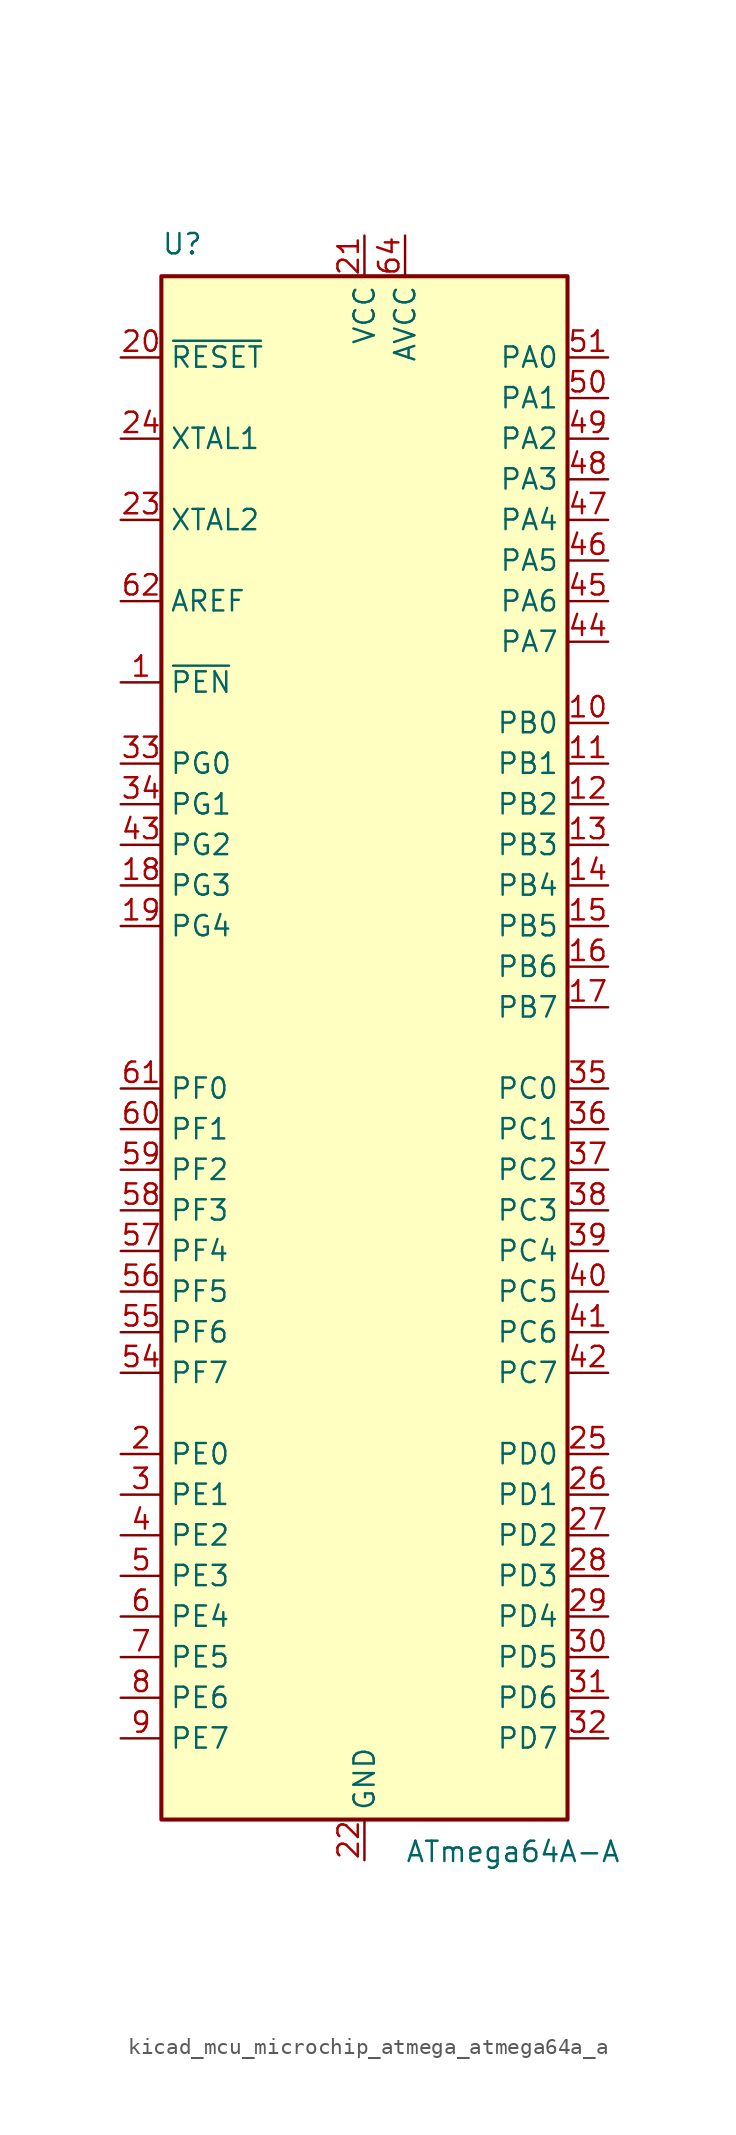
<source format=kicad_sym>
(kicad_symbol_lib
  (version 20220914)
  (generator kicad_symbol_editor)
  (symbol "kicad_mcu_microchip_atmega_atmega64a_a"
    (property "Reference" "U"
      (at -12.7 49.53 0)
      (effects (font (size 1.27 1.27)) (justify left bottom)))
    (property "Value" "ATmega64A-A"
      (at 2.54 -49.53 0)
      (effects (font (size 1.27 1.27)) (justify left top)))
    (symbol "kicad_mcu_microchip_atmega_atmega64a_a_0_1"
      (rectangle (start -12.7 -48.26) (end 12.7 48.26) (stroke (width 0.254) (type default)) (fill (type background))))
    (symbol "kicad_mcu_microchip_atmega_atmega64a_a_1_1"
      (pin input line (at -15.24 22.86 0) (length 2.54) (name "~{PEN}" (effects (font (size 1.27 1.27)))) (number "1" (effects (font (size 1.27 1.27)))))
      (pin bidirectional line (at 15.24 20.32 180) (length 2.54) (name "PB0" (effects (font (size 1.27 1.27)))) (number "10" (effects (font (size 1.27 1.27)))))
      (pin bidirectional line (at 15.24 17.78 180) (length 2.54) (name "PB1" (effects (font (size 1.27 1.27)))) (number "11" (effects (font (size 1.27 1.27)))))
      (pin bidirectional line (at 15.24 15.24 180) (length 2.54) (name "PB2" (effects (font (size 1.27 1.27)))) (number "12" (effects (font (size 1.27 1.27)))))
      (pin bidirectional line (at 15.24 12.7 180) (length 2.54) (name "PB3" (effects (font (size 1.27 1.27)))) (number "13" (effects (font (size 1.27 1.27)))))
      (pin bidirectional line (at 15.24 10.16 180) (length 2.54) (name "PB4" (effects (font (size 1.27 1.27)))) (number "14" (effects (font (size 1.27 1.27)))))
      (pin bidirectional line (at 15.24 7.62 180) (length 2.54) (name "PB5" (effects (font (size 1.27 1.27)))) (number "15" (effects (font (size 1.27 1.27)))))
      (pin bidirectional line (at 15.24 5.08 180) (length 2.54) (name "PB6" (effects (font (size 1.27 1.27)))) (number "16" (effects (font (size 1.27 1.27)))))
      (pin bidirectional line (at 15.24 2.54 180) (length 2.54) (name "PB7" (effects (font (size 1.27 1.27)))) (number "17" (effects (font (size 1.27 1.27)))))
      (pin bidirectional line (at -15.24 10.16 0) (length 2.54) (name "PG3" (effects (font (size 1.27 1.27)))) (number "18" (effects (font (size 1.27 1.27)))))
      (pin bidirectional line (at -15.24 7.62 0) (length 2.54) (name "PG4" (effects (font (size 1.27 1.27)))) (number "19" (effects (font (size 1.27 1.27)))))
      (pin bidirectional line (at -15.24 -25.4 0) (length 2.54) (name "PE0" (effects (font (size 1.27 1.27)))) (number "2" (effects (font (size 1.27 1.27)))))
      (pin input line (at -15.24 43.18 0) (length 2.54) (name "~{RESET}" (effects (font (size 1.27 1.27)))) (number "20" (effects (font (size 1.27 1.27)))))
      (pin power_in line (at 0 50.8 270) (length 2.54) (name "VCC" (effects (font (size 1.27 1.27)))) (number "21" (effects (font (size 1.27 1.27)))))
      (pin power_in line (at 0 -50.8 90) (length 2.54) (name "GND" (effects (font (size 1.27 1.27)))) (number "22" (effects (font (size 1.27 1.27)))))
      (pin output line (at -15.24 33.02 0) (length 2.54) (name "XTAL2" (effects (font (size 1.27 1.27)))) (number "23" (effects (font (size 1.27 1.27)))))
      (pin input line (at -15.24 38.1 0) (length 2.54) (name "XTAL1" (effects (font (size 1.27 1.27)))) (number "24" (effects (font (size 1.27 1.27)))))
      (pin bidirectional line (at 15.24 -25.4 180) (length 2.54) (name "PD0" (effects (font (size 1.27 1.27)))) (number "25" (effects (font (size 1.27 1.27)))))
      (pin bidirectional line (at 15.24 -27.94 180) (length 2.54) (name "PD1" (effects (font (size 1.27 1.27)))) (number "26" (effects (font (size 1.27 1.27)))))
      (pin bidirectional line (at 15.24 -30.48 180) (length 2.54) (name "PD2" (effects (font (size 1.27 1.27)))) (number "27" (effects (font (size 1.27 1.27)))))
      (pin bidirectional line (at 15.24 -33.02 180) (length 2.54) (name "PD3" (effects (font (size 1.27 1.27)))) (number "28" (effects (font (size 1.27 1.27)))))
      (pin bidirectional line (at 15.24 -35.56 180) (length 2.54) (name "PD4" (effects (font (size 1.27 1.27)))) (number "29" (effects (font (size 1.27 1.27)))))
      (pin bidirectional line (at -15.24 -27.94 0) (length 2.54) (name "PE1" (effects (font (size 1.27 1.27)))) (number "3" (effects (font (size 1.27 1.27)))))
      (pin bidirectional line (at 15.24 -38.1 180) (length 2.54) (name "PD5" (effects (font (size 1.27 1.27)))) (number "30" (effects (font (size 1.27 1.27)))))
      (pin bidirectional line (at 15.24 -40.64 180) (length 2.54) (name "PD6" (effects (font (size 1.27 1.27)))) (number "31" (effects (font (size 1.27 1.27)))))
      (pin bidirectional line (at 15.24 -43.18 180) (length 2.54) (name "PD7" (effects (font (size 1.27 1.27)))) (number "32" (effects (font (size 1.27 1.27)))))
      (pin bidirectional line (at -15.24 17.78 0) (length 2.54) (name "PG0" (effects (font (size 1.27 1.27)))) (number "33" (effects (font (size 1.27 1.27)))))
      (pin bidirectional line (at -15.24 15.24 0) (length 2.54) (name "PG1" (effects (font (size 1.27 1.27)))) (number "34" (effects (font (size 1.27 1.27)))))
      (pin bidirectional line (at 15.24 -2.54 180) (length 2.54) (name "PC0" (effects (font (size 1.27 1.27)))) (number "35" (effects (font (size 1.27 1.27)))))
      (pin bidirectional line (at 15.24 -5.08 180) (length 2.54) (name "PC1" (effects (font (size 1.27 1.27)))) (number "36" (effects (font (size 1.27 1.27)))))
      (pin bidirectional line (at 15.24 -7.62 180) (length 2.54) (name "PC2" (effects (font (size 1.27 1.27)))) (number "37" (effects (font (size 1.27 1.27)))))
      (pin bidirectional line (at 15.24 -10.16 180) (length 2.54) (name "PC3" (effects (font (size 1.27 1.27)))) (number "38" (effects (font (size 1.27 1.27)))))
      (pin bidirectional line (at 15.24 -12.7 180) (length 2.54) (name "PC4" (effects (font (size 1.27 1.27)))) (number "39" (effects (font (size 1.27 1.27)))))
      (pin bidirectional line (at -15.24 -30.48 0) (length 2.54) (name "PE2" (effects (font (size 1.27 1.27)))) (number "4" (effects (font (size 1.27 1.27)))))
      (pin bidirectional line (at 15.24 -15.24 180) (length 2.54) (name "PC5" (effects (font (size 1.27 1.27)))) (number "40" (effects (font (size 1.27 1.27)))))
      (pin bidirectional line (at 15.24 -17.78 180) (length 2.54) (name "PC6" (effects (font (size 1.27 1.27)))) (number "41" (effects (font (size 1.27 1.27)))))
      (pin bidirectional line (at 15.24 -20.32 180) (length 2.54) (name "PC7" (effects (font (size 1.27 1.27)))) (number "42" (effects (font (size 1.27 1.27)))))
      (pin bidirectional line (at -15.24 12.7 0) (length 2.54) (name "PG2" (effects (font (size 1.27 1.27)))) (number "43" (effects (font (size 1.27 1.27)))))
      (pin bidirectional line (at 15.24 25.4 180) (length 2.54) (name "PA7" (effects (font (size 1.27 1.27)))) (number "44" (effects (font (size 1.27 1.27)))))
      (pin bidirectional line (at 15.24 27.94 180) (length 2.54) (name "PA6" (effects (font (size 1.27 1.27)))) (number "45" (effects (font (size 1.27 1.27)))))
      (pin bidirectional line (at 15.24 30.48 180) (length 2.54) (name "PA5" (effects (font (size 1.27 1.27)))) (number "46" (effects (font (size 1.27 1.27)))))
      (pin bidirectional line (at 15.24 33.02 180) (length 2.54) (name "PA4" (effects (font (size 1.27 1.27)))) (number "47" (effects (font (size 1.27 1.27)))))
      (pin bidirectional line (at 15.24 35.56 180) (length 2.54) (name "PA3" (effects (font (size 1.27 1.27)))) (number "48" (effects (font (size 1.27 1.27)))))
      (pin bidirectional line (at 15.24 38.1 180) (length 2.54) (name "PA2" (effects (font (size 1.27 1.27)))) (number "49" (effects (font (size 1.27 1.27)))))
      (pin bidirectional line (at -15.24 -33.02 0) (length 2.54) (name "PE3" (effects (font (size 1.27 1.27)))) (number "5" (effects (font (size 1.27 1.27)))))
      (pin bidirectional line (at 15.24 40.64 180) (length 2.54) (name "PA1" (effects (font (size 1.27 1.27)))) (number "50" (effects (font (size 1.27 1.27)))))
      (pin bidirectional line (at 15.24 43.18 180) (length 2.54) (name "PA0" (effects (font (size 1.27 1.27)))) (number "51" (effects (font (size 1.27 1.27)))))
      (pin passive line (at 0 50.8 270) (length 2.54) hide (name "VCC" (effects (font (size 1.27 1.27)))) (number "52" (effects (font (size 1.27 1.27)))))
      (pin passive line (at 0 -50.8 90) (length 2.54) hide (name "GND" (effects (font (size 1.27 1.27)))) (number "53" (effects (font (size 1.27 1.27)))))
      (pin bidirectional line (at -15.24 -20.32 0) (length 2.54) (name "PF7" (effects (font (size 1.27 1.27)))) (number "54" (effects (font (size 1.27 1.27)))))
      (pin bidirectional line (at -15.24 -17.78 0) (length 2.54) (name "PF6" (effects (font (size 1.27 1.27)))) (number "55" (effects (font (size 1.27 1.27)))))
      (pin bidirectional line (at -15.24 -15.24 0) (length 2.54) (name "PF5" (effects (font (size 1.27 1.27)))) (number "56" (effects (font (size 1.27 1.27)))))
      (pin bidirectional line (at -15.24 -12.7 0) (length 2.54) (name "PF4" (effects (font (size 1.27 1.27)))) (number "57" (effects (font (size 1.27 1.27)))))
      (pin bidirectional line (at -15.24 -10.16 0) (length 2.54) (name "PF3" (effects (font (size 1.27 1.27)))) (number "58" (effects (font (size 1.27 1.27)))))
      (pin bidirectional line (at -15.24 -7.62 0) (length 2.54) (name "PF2" (effects (font (size 1.27 1.27)))) (number "59" (effects (font (size 1.27 1.27)))))
      (pin bidirectional line (at -15.24 -35.56 0) (length 2.54) (name "PE4" (effects (font (size 1.27 1.27)))) (number "6" (effects (font (size 1.27 1.27)))))
      (pin bidirectional line (at -15.24 -5.08 0) (length 2.54) (name "PF1" (effects (font (size 1.27 1.27)))) (number "60" (effects (font (size 1.27 1.27)))))
      (pin bidirectional line (at -15.24 -2.54 0) (length 2.54) (name "PF0" (effects (font (size 1.27 1.27)))) (number "61" (effects (font (size 1.27 1.27)))))
      (pin passive line (at -15.24 27.94 0) (length 2.54) (name "AREF" (effects (font (size 1.27 1.27)))) (number "62" (effects (font (size 1.27 1.27)))))
      (pin passive line (at 0 -50.8 90) (length 2.54) hide (name "GND" (effects (font (size 1.27 1.27)))) (number "63" (effects (font (size 1.27 1.27)))))
      (pin power_in line (at 2.54 50.8 270) (length 2.54) (name "AVCC" (effects (font (size 1.27 1.27)))) (number "64" (effects (font (size 1.27 1.27)))))
      (pin bidirectional line (at -15.24 -38.1 0) (length 2.54) (name "PE5" (effects (font (size 1.27 1.27)))) (number "7" (effects (font (size 1.27 1.27)))))
      (pin bidirectional line (at -15.24 -40.64 0) (length 2.54) (name "PE6" (effects (font (size 1.27 1.27)))) (number "8" (effects (font (size 1.27 1.27)))))
      (pin bidirectional line (at -15.24 -43.18 0) (length 2.54) (name "PE7" (effects (font (size 1.27 1.27)))) (number "9" (effects (font (size 1.27 1.27))))))))
</source>
